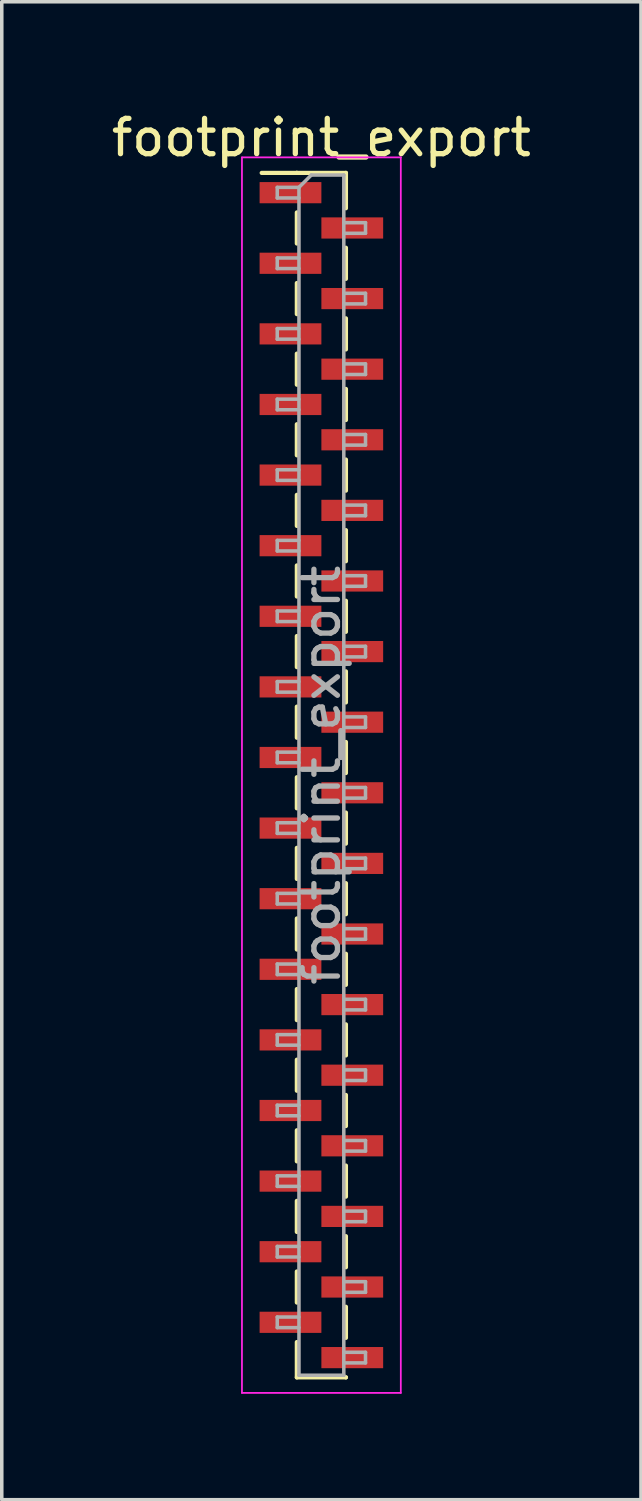
<source format=kicad_pcb>
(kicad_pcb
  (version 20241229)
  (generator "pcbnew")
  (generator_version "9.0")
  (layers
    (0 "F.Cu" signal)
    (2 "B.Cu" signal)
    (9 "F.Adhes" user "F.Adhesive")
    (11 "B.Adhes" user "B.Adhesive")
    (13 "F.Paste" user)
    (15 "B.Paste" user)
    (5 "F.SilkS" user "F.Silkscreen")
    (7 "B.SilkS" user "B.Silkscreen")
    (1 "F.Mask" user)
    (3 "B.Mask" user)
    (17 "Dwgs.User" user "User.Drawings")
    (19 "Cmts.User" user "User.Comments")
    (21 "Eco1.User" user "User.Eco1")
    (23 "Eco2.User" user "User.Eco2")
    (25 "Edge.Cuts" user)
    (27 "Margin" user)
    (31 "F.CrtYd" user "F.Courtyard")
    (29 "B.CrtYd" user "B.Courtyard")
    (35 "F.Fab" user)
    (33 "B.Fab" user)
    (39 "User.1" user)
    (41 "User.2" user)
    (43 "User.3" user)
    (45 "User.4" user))
  (footprint "footprint_export"
    (layer "F.Cu")
    (at 6.054 18.908)
    (property "Reference" "footprint_export" (at 0 -18.06 0) (layer "F.SilkS") (effects (font (size 1 1) (thickness 0.15))))
    (attr smd)
    (fp_line (start -0.695 -17.06) (end -1.69 -17.06) (stroke (width 0.12) (type solid)) (layer "F.SilkS"))
    (fp_line (start -0.695 -17.06) (end -0.695 -17.06) (stroke (width 0.12) (type solid)) (layer "F.SilkS"))
    (fp_line (start -0.695 -17.06) (end 0.695 -17.06) (stroke (width 0.12) (type solid)) (layer "F.SilkS"))
    (fp_line (start -0.695 -15.94) (end -0.695 -15.06) (stroke (width 0.12) (type solid)) (layer "F.SilkS"))
    (fp_line (start -0.695 -13.94) (end -0.695 -13.06) (stroke (width 0.12) (type solid)) (layer "F.SilkS"))
    (fp_line (start -0.695 -11.94) (end -0.695 -11.06) (stroke (width 0.12) (type solid)) (layer "F.SilkS"))
    (fp_line (start -0.695 -9.94) (end -0.695 -9.06) (stroke (width 0.12) (type solid)) (layer "F.SilkS"))
    (fp_line (start -0.695 -7.94) (end -0.695 -7.06) (stroke (width 0.12) (type solid)) (layer "F.SilkS"))
    (fp_line (start -0.695 -5.94) (end -0.695 -5.06) (stroke (width 0.12) (type solid)) (layer "F.SilkS"))
    (fp_line (start -0.695 -3.94) (end -0.695 -3.06) (stroke (width 0.12) (type solid)) (layer "F.SilkS"))
    (fp_line (start -0.695 -1.94) (end -0.695 -1.06) (stroke (width 0.12) (type solid)) (layer "F.SilkS"))
    (fp_line (start -0.695 0.06) (end -0.695 0.94) (stroke (width 0.12) (type solid)) (layer "F.SilkS"))
    (fp_line (start -0.695 2.06) (end -0.695 2.94) (stroke (width 0.12) (type solid)) (layer "F.SilkS"))
    (fp_line (start -0.695 4.06) (end -0.695 4.94) (stroke (width 0.12) (type solid)) (layer "F.SilkS"))
    (fp_line (start -0.695 6.06) (end -0.695 6.94) (stroke (width 0.12) (type solid)) (layer "F.SilkS"))
    (fp_line (start -0.695 8.06) (end -0.695 8.94) (stroke (width 0.12) (type solid)) (layer "F.SilkS"))
    (fp_line (start -0.695 10.06) (end -0.695 10.94) (stroke (width 0.12) (type solid)) (layer "F.SilkS"))
    (fp_line (start -0.695 12.06) (end -0.695 12.94) (stroke (width 0.12) (type solid)) (layer "F.SilkS"))
    (fp_line (start -0.695 14.06) (end -0.695 14.94) (stroke (width 0.12) (type solid)) (layer "F.SilkS"))
    (fp_line (start -0.695 16.06) (end -0.695 17.06) (stroke (width 0.12) (type solid)) (layer "F.SilkS"))
    (fp_line (start -0.695 17.06) (end 0.695 17.06) (stroke (width 0.12) (type solid)) (layer "F.SilkS"))
    (fp_line (start 0.695 -17.06) (end 0.695 -16.06) (stroke (width 0.12) (type solid)) (layer "F.SilkS"))
    (fp_line (start 0.695 -14.94) (end 0.695 -14.06) (stroke (width 0.12) (type solid)) (layer "F.SilkS"))
    (fp_line (start 0.695 -12.94) (end 0.695 -12.06) (stroke (width 0.12) (type solid)) (layer "F.SilkS"))
    (fp_line (start 0.695 -10.94) (end 0.695 -10.06) (stroke (width 0.12) (type solid)) (layer "F.SilkS"))
    (fp_line (start 0.695 -8.94) (end 0.695 -8.06) (stroke (width 0.12) (type solid)) (layer "F.SilkS"))
    (fp_line (start 0.695 -6.94) (end 0.695 -6.06) (stroke (width 0.12) (type solid)) (layer "F.SilkS"))
    (fp_line (start 0.695 -4.94) (end 0.695 -4.06) (stroke (width 0.12) (type solid)) (layer "F.SilkS"))
    (fp_line (start 0.695 -2.94) (end 0.695 -2.06) (stroke (width 0.12) (type solid)) (layer "F.SilkS"))
    (fp_line (start 0.695 -0.94) (end 0.695 -0.06) (stroke (width 0.12) (type solid)) (layer "F.SilkS"))
    (fp_line (start 0.695 1.06) (end 0.695 1.94) (stroke (width 0.12) (type solid)) (layer "F.SilkS"))
    (fp_line (start 0.695 3.06) (end 0.695 3.94) (stroke (width 0.12) (type solid)) (layer "F.SilkS"))
    (fp_line (start 0.695 5.06) (end 0.695 5.94) (stroke (width 0.12) (type solid)) (layer "F.SilkS"))
    (fp_line (start 0.695 7.06) (end 0.695 7.94) (stroke (width 0.12) (type solid)) (layer "F.SilkS"))
    (fp_line (start 0.695 9.06) (end 0.695 9.94) (stroke (width 0.12) (type solid)) (layer "F.SilkS"))
    (fp_line (start 0.695 11.06) (end 0.695 11.94) (stroke (width 0.12) (type solid)) (layer "F.SilkS"))
    (fp_line (start 0.695 13.06) (end 0.695 13.94) (stroke (width 0.12) (type solid)) (layer "F.SilkS"))
    (fp_line (start 0.695 15.06) (end 0.695 15.94) (stroke (width 0.12) (type solid)) (layer "F.SilkS"))
    (fp_line (start 0.695 17.06) (end 0.695 17.06) (stroke (width 0.12) (type solid)) (layer "F.SilkS"))
    (fp_line (start -2.25 -17.5) (end -2.25 17.5) (stroke (width 0.05) (type solid)) (layer "F.CrtYd"))
    (fp_line (start -2.25 17.5) (end 2.25 17.5) (stroke (width 0.05) (type solid)) (layer "F.CrtYd"))
    (fp_line (start 2.25 -17.5) (end -2.25 -17.5) (stroke (width 0.05) (type solid)) (layer "F.CrtYd"))
    (fp_line (start 2.25 17.5) (end 2.25 -17.5) (stroke (width 0.05) (type solid)) (layer "F.CrtYd"))
    (fp_line (start -1.25 -16.65) (end -1.25 -16.35) (stroke (width 0.1) (type solid)) (layer "F.Fab"))
    (fp_line (start -1.25 -16.35) (end -0.635 -16.35) (stroke (width 0.1) (type solid)) (layer "F.Fab"))
    (fp_line (start -1.25 -14.65) (end -1.25 -14.35) (stroke (width 0.1) (type solid)) (layer "F.Fab"))
    (fp_line (start -1.25 -14.35) (end -0.635 -14.35) (stroke (width 0.1) (type solid)) (layer "F.Fab"))
    (fp_line (start -1.25 -12.65) (end -1.25 -12.35) (stroke (width 0.1) (type solid)) (layer "F.Fab"))
    (fp_line (start -1.25 -12.35) (end -0.635 -12.35) (stroke (width 0.1) (type solid)) (layer "F.Fab"))
    (fp_line (start -1.25 -10.65) (end -1.25 -10.35) (stroke (width 0.1) (type solid)) (layer "F.Fab"))
    (fp_line (start -1.25 -10.35) (end -0.635 -10.35) (stroke (width 0.1) (type solid)) (layer "F.Fab"))
    (fp_line (start -1.25 -8.65) (end -1.25 -8.35) (stroke (width 0.1) (type solid)) (layer "F.Fab"))
    (fp_line (start -1.25 -8.35) (end -0.635 -8.35) (stroke (width 0.1) (type solid)) (layer "F.Fab"))
    (fp_line (start -1.25 -6.65) (end -1.25 -6.35) (stroke (width 0.1) (type solid)) (layer "F.Fab"))
    (fp_line (start -1.25 -6.35) (end -0.635 -6.35) (stroke (width 0.1) (type solid)) (layer "F.Fab"))
    (fp_line (start -1.25 -4.65) (end -1.25 -4.35) (stroke (width 0.1) (type solid)) (layer "F.Fab"))
    (fp_line (start -1.25 -4.35) (end -0.635 -4.35) (stroke (width 0.1) (type solid)) (layer "F.Fab"))
    (fp_line (start -1.25 -2.65) (end -1.25 -2.35) (stroke (width 0.1) (type solid)) (layer "F.Fab"))
    (fp_line (start -1.25 -2.35) (end -0.635 -2.35) (stroke (width 0.1) (type solid)) (layer "F.Fab"))
    (fp_line (start -1.25 -0.65) (end -1.25 -0.35) (stroke (width 0.1) (type solid)) (layer "F.Fab"))
    (fp_line (start -1.25 -0.35) (end -0.635 -0.35) (stroke (width 0.1) (type solid)) (layer "F.Fab"))
    (fp_line (start -1.25 1.35) (end -1.25 1.65) (stroke (width 0.1) (type solid)) (layer "F.Fab"))
    (fp_line (start -1.25 1.65) (end -0.635 1.65) (stroke (width 0.1) (type solid)) (layer "F.Fab"))
    (fp_line (start -1.25 3.35) (end -1.25 3.65) (stroke (width 0.1) (type solid)) (layer "F.Fab"))
    (fp_line (start -1.25 3.65) (end -0.635 3.65) (stroke (width 0.1) (type solid)) (layer "F.Fab"))
    (fp_line (start -1.25 5.35) (end -1.25 5.65) (stroke (width 0.1) (type solid)) (layer "F.Fab"))
    (fp_line (start -1.25 5.65) (end -0.635 5.65) (stroke (width 0.1) (type solid)) (layer "F.Fab"))
    (fp_line (start -1.25 7.35) (end -1.25 7.65) (stroke (width 0.1) (type solid)) (layer "F.Fab"))
    (fp_line (start -1.25 7.65) (end -0.635 7.65) (stroke (width 0.1) (type solid)) (layer "F.Fab"))
    (fp_line (start -1.25 9.35) (end -1.25 9.65) (stroke (width 0.1) (type solid)) (layer "F.Fab"))
    (fp_line (start -1.25 9.65) (end -0.635 9.65) (stroke (width 0.1) (type solid)) (layer "F.Fab"))
    (fp_line (start -1.25 11.35) (end -1.25 11.65) (stroke (width 0.1) (type solid)) (layer "F.Fab"))
    (fp_line (start -1.25 11.65) (end -0.635 11.65) (stroke (width 0.1) (type solid)) (layer "F.Fab"))
    (fp_line (start -1.25 13.35) (end -1.25 13.65) (stroke (width 0.1) (type solid)) (layer "F.Fab"))
    (fp_line (start -1.25 13.65) (end -0.635 13.65) (stroke (width 0.1) (type solid)) (layer "F.Fab"))
    (fp_line (start -1.25 15.35) (end -1.25 15.65) (stroke (width 0.1) (type solid)) (layer "F.Fab"))
    (fp_line (start -1.25 15.65) (end -0.635 15.65) (stroke (width 0.1) (type solid)) (layer "F.Fab"))
    (fp_line (start -0.635 -16.65) (end -1.25 -16.65) (stroke (width 0.1) (type solid)) (layer "F.Fab"))
    (fp_line (start -0.635 -16.65) (end -0.285 -17) (stroke (width 0.1) (type solid)) (layer "F.Fab"))
    (fp_line (start -0.635 -14.65) (end -1.25 -14.65) (stroke (width 0.1) (type solid)) (layer "F.Fab"))
    (fp_line (start -0.635 -12.65) (end -1.25 -12.65) (stroke (width 0.1) (type solid)) (layer "F.Fab"))
    (fp_line (start -0.635 -10.65) (end -1.25 -10.65) (stroke (width 0.1) (type solid)) (layer "F.Fab"))
    (fp_line (start -0.635 -8.65) (end -1.25 -8.65) (stroke (width 0.1) (type solid)) (layer "F.Fab"))
    (fp_line (start -0.635 -6.65) (end -1.25 -6.65) (stroke (width 0.1) (type solid)) (layer "F.Fab"))
    (fp_line (start -0.635 -4.65) (end -1.25 -4.65) (stroke (width 0.1) (type solid)) (layer "F.Fab"))
    (fp_line (start -0.635 -2.65) (end -1.25 -2.65) (stroke (width 0.1) (type solid)) (layer "F.Fab"))
    (fp_line (start -0.635 -0.65) (end -1.25 -0.65) (stroke (width 0.1) (type solid)) (layer "F.Fab"))
    (fp_line (start -0.635 1.35) (end -1.25 1.35) (stroke (width 0.1) (type solid)) (layer "F.Fab"))
    (fp_line (start -0.635 3.35) (end -1.25 3.35) (stroke (width 0.1) (type solid)) (layer "F.Fab"))
    (fp_line (start -0.635 5.35) (end -1.25 5.35) (stroke (width 0.1) (type solid)) (layer "F.Fab"))
    (fp_line (start -0.635 7.35) (end -1.25 7.35) (stroke (width 0.1) (type solid)) (layer "F.Fab"))
    (fp_line (start -0.635 9.35) (end -1.25 9.35) (stroke (width 0.1) (type solid)) (layer "F.Fab"))
    (fp_line (start -0.635 11.35) (end -1.25 11.35) (stroke (width 0.1) (type solid)) (layer "F.Fab"))
    (fp_line (start -0.635 13.35) (end -1.25 13.35) (stroke (width 0.1) (type solid)) (layer "F.Fab"))
    (fp_line (start -0.635 15.35) (end -1.25 15.35) (stroke (width 0.1) (type solid)) (layer "F.Fab"))
    (fp_line (start -0.635 17) (end -0.635 -16.65) (stroke (width 0.1) (type solid)) (layer "F.Fab"))
    (fp_line (start -0.285 -17) (end 0.635 -17) (stroke (width 0.1) (type solid)) (layer "F.Fab"))
    (fp_line (start 0.635 -17) (end 0.635 17) (stroke (width 0.1) (type solid)) (layer "F.Fab"))
    (fp_line (start 0.635 -15.65) (end 1.25 -15.65) (stroke (width 0.1) (type solid)) (layer "F.Fab"))
    (fp_line (start 0.635 -13.65) (end 1.25 -13.65) (stroke (width 0.1) (type solid)) (layer "F.Fab"))
    (fp_line (start 0.635 -11.65) (end 1.25 -11.65) (stroke (width 0.1) (type solid)) (layer "F.Fab"))
    (fp_line (start 0.635 -9.65) (end 1.25 -9.65) (stroke (width 0.1) (type solid)) (layer "F.Fab"))
    (fp_line (start 0.635 -7.65) (end 1.25 -7.65) (stroke (width 0.1) (type solid)) (layer "F.Fab"))
    (fp_line (start 0.635 -5.65) (end 1.25 -5.65) (stroke (width 0.1) (type solid)) (layer "F.Fab"))
    (fp_line (start 0.635 -3.65) (end 1.25 -3.65) (stroke (width 0.1) (type solid)) (layer "F.Fab"))
    (fp_line (start 0.635 -1.65) (end 1.25 -1.65) (stroke (width 0.1) (type solid)) (layer "F.Fab"))
    (fp_line (start 0.635 0.35) (end 1.25 0.35) (stroke (width 0.1) (type solid)) (layer "F.Fab"))
    (fp_line (start 0.635 2.35) (end 1.25 2.35) (stroke (width 0.1) (type solid)) (layer "F.Fab"))
    (fp_line (start 0.635 4.35) (end 1.25 4.35) (stroke (width 0.1) (type solid)) (layer "F.Fab"))
    (fp_line (start 0.635 6.35) (end 1.25 6.35) (stroke (width 0.1) (type solid)) (layer "F.Fab"))
    (fp_line (start 0.635 8.35) (end 1.25 8.35) (stroke (width 0.1) (type solid)) (layer "F.Fab"))
    (fp_line (start 0.635 10.35) (end 1.25 10.35) (stroke (width 0.1) (type solid)) (layer "F.Fab"))
    (fp_line (start 0.635 12.35) (end 1.25 12.35) (stroke (width 0.1) (type solid)) (layer "F.Fab"))
    (fp_line (start 0.635 14.35) (end 1.25 14.35) (stroke (width 0.1) (type solid)) (layer "F.Fab"))
    (fp_line (start 0.635 16.35) (end 1.25 16.35) (stroke (width 0.1) (type solid)) (layer "F.Fab"))
    (fp_line (start 0.635 17) (end -0.635 17) (stroke (width 0.1) (type solid)) (layer "F.Fab"))
    (fp_line (start 1.25 -15.65) (end 1.25 -15.35) (stroke (width 0.1) (type solid)) (layer "F.Fab"))
    (fp_line (start 1.25 -15.35) (end 0.635 -15.35) (stroke (width 0.1) (type solid)) (layer "F.Fab"))
    (fp_line (start 1.25 -13.65) (end 1.25 -13.35) (stroke (width 0.1) (type solid)) (layer "F.Fab"))
    (fp_line (start 1.25 -13.35) (end 0.635 -13.35) (stroke (width 0.1) (type solid)) (layer "F.Fab"))
    (fp_line (start 1.25 -11.65) (end 1.25 -11.35) (stroke (width 0.1) (type solid)) (layer "F.Fab"))
    (fp_line (start 1.25 -11.35) (end 0.635 -11.35) (stroke (width 0.1) (type solid)) (layer "F.Fab"))
    (fp_line (start 1.25 -9.65) (end 1.25 -9.35) (stroke (width 0.1) (type solid)) (layer "F.Fab"))
    (fp_line (start 1.25 -9.35) (end 0.635 -9.35) (stroke (width 0.1) (type solid)) (layer "F.Fab"))
    (fp_line (start 1.25 -7.65) (end 1.25 -7.35) (stroke (width 0.1) (type solid)) (layer "F.Fab"))
    (fp_line (start 1.25 -7.35) (end 0.635 -7.35) (stroke (width 0.1) (type solid)) (layer "F.Fab"))
    (fp_line (start 1.25 -5.65) (end 1.25 -5.35) (stroke (width 0.1) (type solid)) (layer "F.Fab"))
    (fp_line (start 1.25 -5.35) (end 0.635 -5.35) (stroke (width 0.1) (type solid)) (layer "F.Fab"))
    (fp_line (start 1.25 -3.65) (end 1.25 -3.35) (stroke (width 0.1) (type solid)) (layer "F.Fab"))
    (fp_line (start 1.25 -3.35) (end 0.635 -3.35) (stroke (width 0.1) (type solid)) (layer "F.Fab"))
    (fp_line (start 1.25 -1.65) (end 1.25 -1.35) (stroke (width 0.1) (type solid)) (layer "F.Fab"))
    (fp_line (start 1.25 -1.35) (end 0.635 -1.35) (stroke (width 0.1) (type solid)) (layer "F.Fab"))
    (fp_line (start 1.25 0.35) (end 1.25 0.65) (stroke (width 0.1) (type solid)) (layer "F.Fab"))
    (fp_line (start 1.25 0.65) (end 0.635 0.65) (stroke (width 0.1) (type solid)) (layer "F.Fab"))
    (fp_line (start 1.25 2.35) (end 1.25 2.65) (stroke (width 0.1) (type solid)) (layer "F.Fab"))
    (fp_line (start 1.25 2.65) (end 0.635 2.65) (stroke (width 0.1) (type solid)) (layer "F.Fab"))
    (fp_line (start 1.25 4.35) (end 1.25 4.65) (stroke (width 0.1) (type solid)) (layer "F.Fab"))
    (fp_line (start 1.25 4.65) (end 0.635 4.65) (stroke (width 0.1) (type solid)) (layer "F.Fab"))
    (fp_line (start 1.25 6.35) (end 1.25 6.65) (stroke (width 0.1) (type solid)) (layer "F.Fab"))
    (fp_line (start 1.25 6.65) (end 0.635 6.65) (stroke (width 0.1) (type solid)) (layer "F.Fab"))
    (fp_line (start 1.25 8.35) (end 1.25 8.65) (stroke (width 0.1) (type solid)) (layer "F.Fab"))
    (fp_line (start 1.25 8.65) (end 0.635 8.65) (stroke (width 0.1) (type solid)) (layer "F.Fab"))
    (fp_line (start 1.25 10.35) (end 1.25 10.65) (stroke (width 0.1) (type solid)) (layer "F.Fab"))
    (fp_line (start 1.25 10.65) (end 0.635 10.65) (stroke (width 0.1) (type solid)) (layer "F.Fab"))
    (fp_line (start 1.25 12.35) (end 1.25 12.65) (stroke (width 0.1) (type solid)) (layer "F.Fab"))
    (fp_line (start 1.25 12.65) (end 0.635 12.65) (stroke (width 0.1) (type solid)) (layer "F.Fab"))
    (fp_line (start 1.25 14.35) (end 1.25 14.65) (stroke (width 0.1) (type solid)) (layer "F.Fab"))
    (fp_line (start 1.25 14.65) (end 0.635 14.65) (stroke (width 0.1) (type solid)) (layer "F.Fab"))
    (fp_line (start 1.25 16.35) (end 1.25 16.65) (stroke (width 0.1) (type solid)) (layer "F.Fab"))
    (fp_line (start 1.25 16.65) (end 0.635 16.65) (stroke (width 0.1) (type solid)) (layer "F.Fab"))
    (fp_text user "${REFERENCE}" (at 0 0 90) (layer "F.Fab") (effects (font (size 1 1) (thickness 0.15))))
    (pad "1" smd rect (at -0.875 -16.5) (size 1.75 0.6) (layers "F.Cu" "F.Mask" "F.Paste"))
    (pad "2" smd rect (at 0.875 -15.5) (size 1.75 0.6) (layers "F.Cu" "F.Mask" "F.Paste"))
    (pad "3" smd rect (at -0.875 -14.5) (size 1.75 0.6) (layers "F.Cu" "F.Mask" "F.Paste"))
    (pad "4" smd rect (at 0.875 -13.5) (size 1.75 0.6) (layers "F.Cu" "F.Mask" "F.Paste"))
    (pad "5" smd rect (at -0.875 -12.5) (size 1.75 0.6) (layers "F.Cu" "F.Mask" "F.Paste"))
    (pad "6" smd rect (at 0.875 -11.5) (size 1.75 0.6) (layers "F.Cu" "F.Mask" "F.Paste"))
    (pad "7" smd rect (at -0.875 -10.5) (size 1.75 0.6) (layers "F.Cu" "F.Mask" "F.Paste"))
    (pad "8" smd rect (at 0.875 -9.5) (size 1.75 0.6) (layers "F.Cu" "F.Mask" "F.Paste"))
    (pad "9" smd rect (at -0.875 -8.5) (size 1.75 0.6) (layers "F.Cu" "F.Mask" "F.Paste"))
    (pad "10" smd rect (at 0.875 -7.5) (size 1.75 0.6) (layers "F.Cu" "F.Mask" "F.Paste"))
    (pad "11" smd rect (at -0.875 -6.5) (size 1.75 0.6) (layers "F.Cu" "F.Mask" "F.Paste"))
    (pad "12" smd rect (at 0.875 -5.5) (size 1.75 0.6) (layers "F.Cu" "F.Mask" "F.Paste"))
    (pad "13" smd rect (at -0.875 -4.5) (size 1.75 0.6) (layers "F.Cu" "F.Mask" "F.Paste"))
    (pad "14" smd rect (at 0.875 -3.5) (size 1.75 0.6) (layers "F.Cu" "F.Mask" "F.Paste"))
    (pad "15" smd rect (at -0.875 -2.5) (size 1.75 0.6) (layers "F.Cu" "F.Mask" "F.Paste"))
    (pad "16" smd rect (at 0.875 -1.5) (size 1.75 0.6) (layers "F.Cu" "F.Mask" "F.Paste"))
    (pad "17" smd rect (at -0.875 -0.5) (size 1.75 0.6) (layers "F.Cu" "F.Mask" "F.Paste"))
    (pad "18" smd rect (at 0.875 0.5) (size 1.75 0.6) (layers "F.Cu" "F.Mask" "F.Paste"))
    (pad "19" smd rect (at -0.875 1.5) (size 1.75 0.6) (layers "F.Cu" "F.Mask" "F.Paste"))
    (pad "20" smd rect (at 0.875 2.5) (size 1.75 0.6) (layers "F.Cu" "F.Mask" "F.Paste"))
    (pad "21" smd rect (at -0.875 3.5) (size 1.75 0.6) (layers "F.Cu" "F.Mask" "F.Paste"))
    (pad "22" smd rect (at 0.875 4.5) (size 1.75 0.6) (layers "F.Cu" "F.Mask" "F.Paste"))
    (pad "23" smd rect (at -0.875 5.5) (size 1.75 0.6) (layers "F.Cu" "F.Mask" "F.Paste"))
    (pad "24" smd rect (at 0.875 6.5) (size 1.75 0.6) (layers "F.Cu" "F.Mask" "F.Paste"))
    (pad "25" smd rect (at -0.875 7.5) (size 1.75 0.6) (layers "F.Cu" "F.Mask" "F.Paste"))
    (pad "26" smd rect (at 0.875 8.5) (size 1.75 0.6) (layers "F.Cu" "F.Mask" "F.Paste"))
    (pad "27" smd rect (at -0.875 9.5) (size 1.75 0.6) (layers "F.Cu" "F.Mask" "F.Paste"))
    (pad "28" smd rect (at 0.875 10.5) (size 1.75 0.6) (layers "F.Cu" "F.Mask" "F.Paste"))
    (pad "29" smd rect (at -0.875 11.5) (size 1.75 0.6) (layers "F.Cu" "F.Mask" "F.Paste"))
    (pad "30" smd rect (at 0.875 12.5) (size 1.75 0.6) (layers "F.Cu" "F.Mask" "F.Paste"))
    (pad "31" smd rect (at -0.875 13.5) (size 1.75 0.6) (layers "F.Cu" "F.Mask" "F.Paste"))
    (pad "32" smd rect (at 0.875 14.5) (size 1.75 0.6) (layers "F.Cu" "F.Mask" "F.Paste"))
    (pad "33" smd rect (at -0.875 15.5) (size 1.75 0.6) (layers "F.Cu" "F.Mask" "F.Paste"))
    (pad "34" smd rect (at 0.875 16.5) (size 1.75 0.6) (layers "F.Cu" "F.Mask" "F.Paste")))
  (gr_rect
    (start -3 -3)
    (end 15.107 39.433)
    (stroke (width 0.1) (type default))
    (fill no)
    (layer "Edge.Cuts")))
</source>
